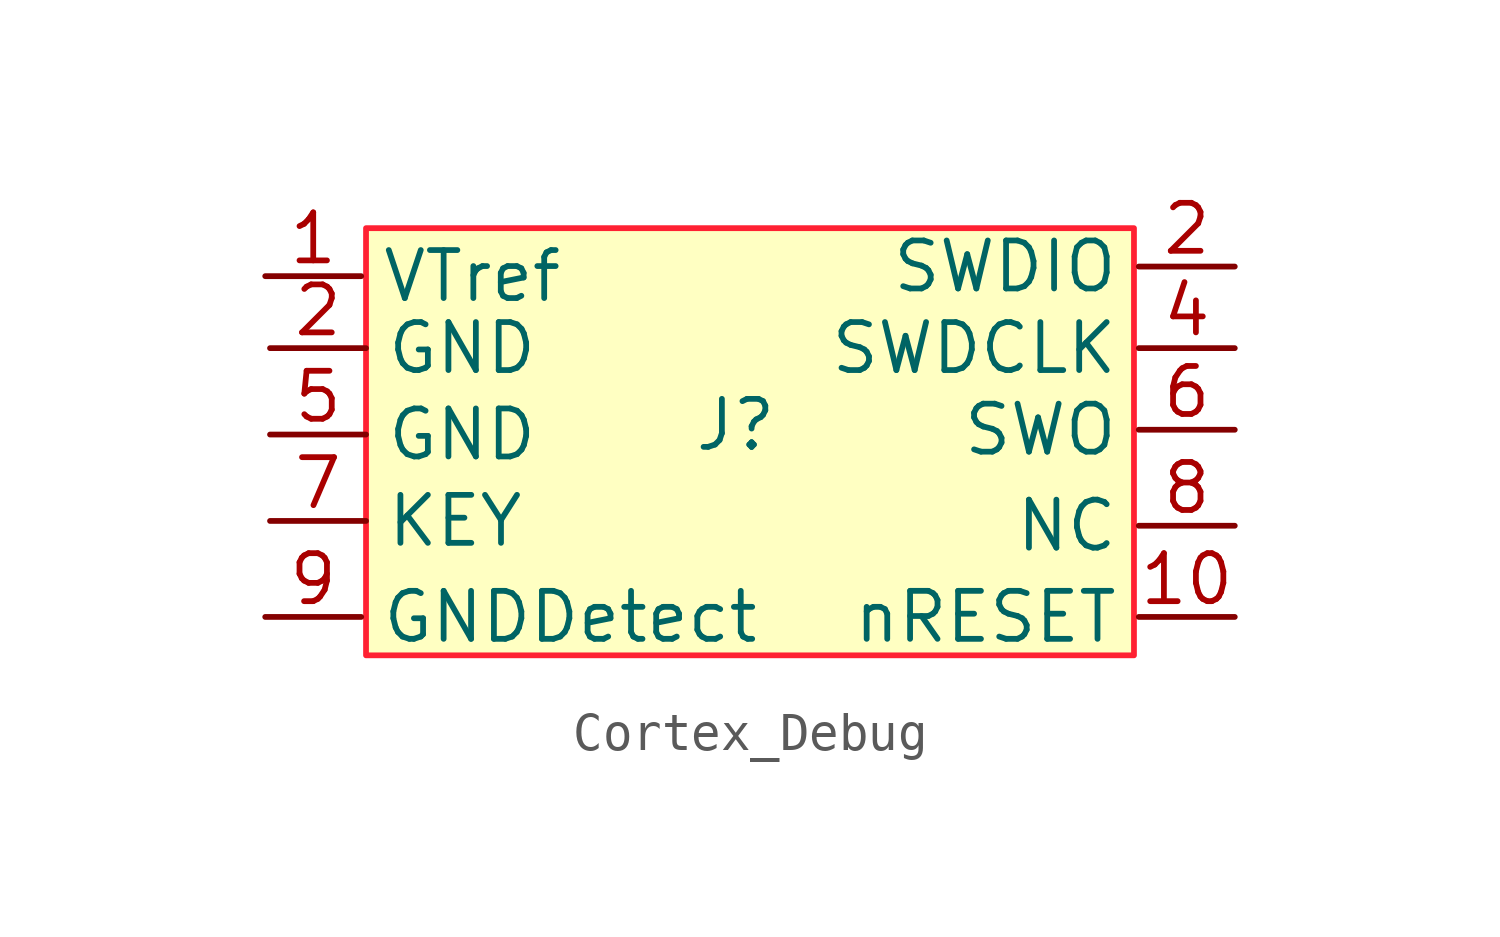
<source format=kicad_sym>
(kicad_symbol_lib
  (version 20220914)
  (generator kicad_symbol_editor)
  (symbol "Cortex_Debug"
    (property "Reference" "J"
      (at 0 0 0)
      (effects (font (size 1.27 1.27))))
    (property "Value" ""
      (at -4.191 2.921 0)
      (effects (font (size 1.27 1.27))))
    (symbol "Cortex_Debug_1_1"
      (rectangle (start -9.779 5.207) (end 10.541 -6.096) (stroke (width 0) (type default) (color 255 33 50 1)) (fill (type background)))
      (pin input line (at -12.446 3.937 0) (length 2.54) (name "VTref" (effects (font (size 1.27 1.27)))) (number "1" (effects (font (size 1.27 1.27)))))
      (pin input line (at 13.208 -5.08 180) (length 2.54) (name "nRESET" (effects (font (size 1.27 1.27)))) (number "10" (effects (font (size 1.27 1.27)))))
      (pin input line (at -12.319 2.032 0) (length 2.54) (name "GND" (effects (font (size 1.27 1.27)))) (number "2" (effects (font (size 1.27 1.27)))))
      (pin input line (at 13.208 4.191 180) (length 2.54) (name "SWDIO" (effects (font (size 1.27 1.27)))) (number "2" (effects (font (size 1.27 1.27)))))
      (pin input line (at 13.208 2.032 180) (length 2.54) (name "SWDCLK" (effects (font (size 1.27 1.27)))) (number "4" (effects (font (size 1.27 1.27)))))
      (pin input line (at -12.319 -0.254 0) (length 2.54) (name "GND" (effects (font (size 1.27 1.27)))) (number "5" (effects (font (size 1.27 1.27)))))
      (pin input line (at 13.208 -0.127 180) (length 2.54) (name "SWO" (effects (font (size 1.27 1.27)))) (number "6" (effects (font (size 1.27 1.27)))))
      (pin input line (at -12.319 -2.54 0) (length 2.54) (name "KEY" (effects (font (size 1.27 1.27)))) (number "7" (effects (font (size 1.27 1.27)))))
      (pin input line (at 13.208 -2.667 180) (length 2.54) (name "NC" (effects (font (size 1.27 1.27)))) (number "8" (effects (font (size 1.27 1.27)))))
      (pin input line (at -12.446 -5.08 0) (length 2.54) (name "GNDDetect" (effects (font (size 1.27 1.27)))) (number "9" (effects (font (size 1.27 1.27))))))))
</source>
